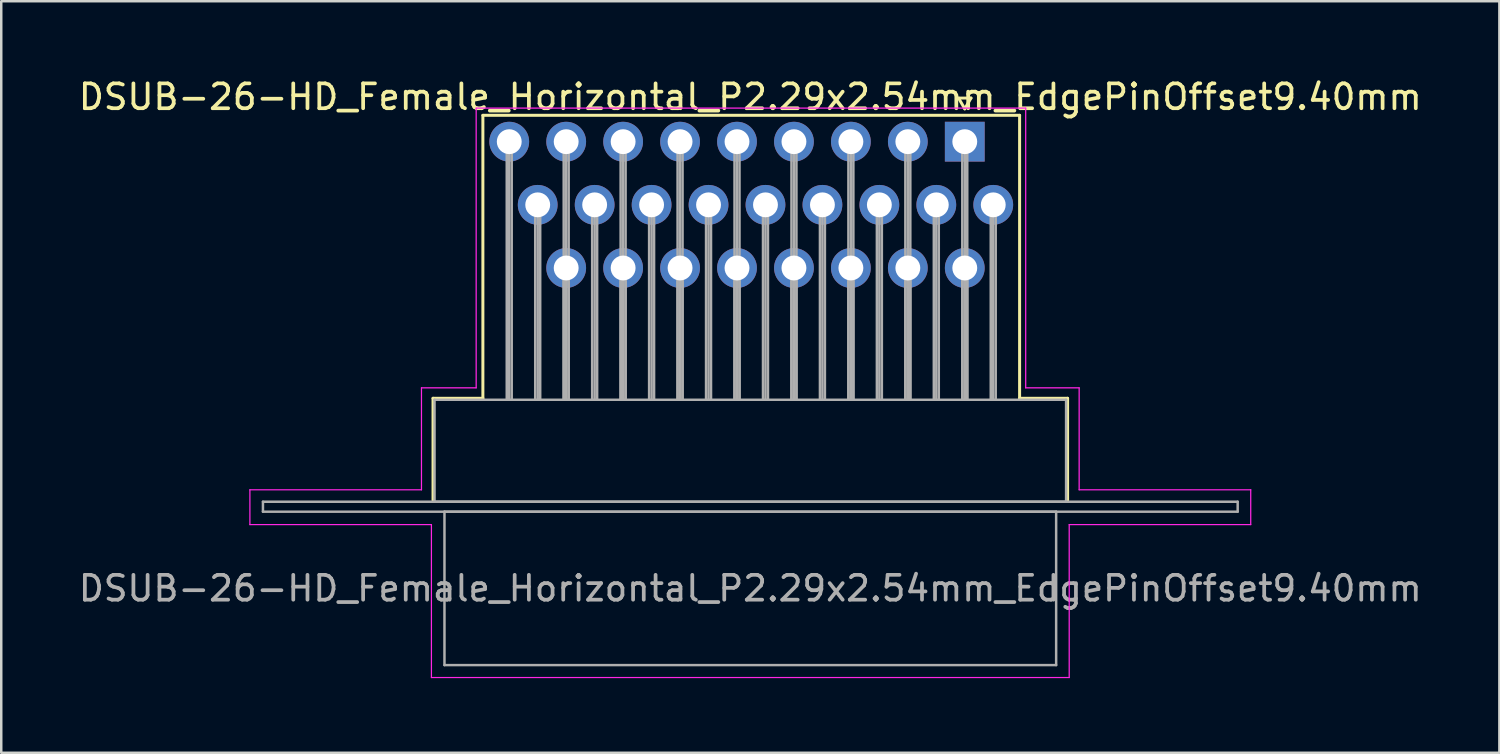
<source format=kicad_pcb>
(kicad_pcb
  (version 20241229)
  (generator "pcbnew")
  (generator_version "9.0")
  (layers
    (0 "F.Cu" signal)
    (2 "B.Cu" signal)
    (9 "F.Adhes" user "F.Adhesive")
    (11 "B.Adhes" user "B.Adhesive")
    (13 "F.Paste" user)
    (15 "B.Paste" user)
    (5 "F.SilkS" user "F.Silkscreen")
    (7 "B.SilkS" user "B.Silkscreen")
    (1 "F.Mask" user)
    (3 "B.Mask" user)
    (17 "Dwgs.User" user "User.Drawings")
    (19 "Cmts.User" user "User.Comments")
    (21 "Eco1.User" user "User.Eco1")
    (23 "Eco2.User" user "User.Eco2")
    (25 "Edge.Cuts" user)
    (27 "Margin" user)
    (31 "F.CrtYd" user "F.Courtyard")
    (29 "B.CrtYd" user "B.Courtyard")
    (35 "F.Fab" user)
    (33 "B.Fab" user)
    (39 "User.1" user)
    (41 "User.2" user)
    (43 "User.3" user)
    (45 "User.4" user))
  (footprint "DSUB-26-HD_Female_Horizontal_P2.29x2.54mm_EdgePinOffset9.40mm"
    (layer "F.Cu")
    (at 35.75 2.648)
    (property "Reference" "DSUB-26-HD_Female_Horizontal_P2.29x2.54mm_EdgePinOffset9.40mm" (at -8.625 -1.8 0) (layer "F.SilkS") (effects (font (size 1 1) (thickness 0.15))))
    (attr through_hole)
    (fp_line (start -21.385 10.32) (end -19.38 10.32) (stroke (width 0.12) (type solid)) (layer "F.SilkS"))
    (fp_line (start -21.385 14.42) (end -21.385 10.32) (stroke (width 0.12) (type solid)) (layer "F.SilkS"))
    (fp_line (start -19.38 -1.06) (end 2.205 -1.06) (stroke (width 0.12) (type solid)) (layer "F.SilkS"))
    (fp_line (start -19.38 10.32) (end -19.38 -1.06) (stroke (width 0.12) (type solid)) (layer "F.SilkS"))
    (fp_line (start -0.25 -1.754) (end 0.25 -1.754) (stroke (width 0.12) (type solid)) (layer "F.SilkS"))
    (fp_line (start 0 -1.321) (end -0.25 -1.754) (stroke (width 0.12) (type solid)) (layer "F.SilkS"))
    (fp_line (start 0.25 -1.754) (end 0 -1.321) (stroke (width 0.12) (type solid)) (layer "F.SilkS"))
    (fp_line (start 2.205 -1.06) (end 2.205 10.32) (stroke (width 0.12) (type solid)) (layer "F.SilkS"))
    (fp_line (start 2.205 10.32) (end 4.135 10.32) (stroke (width 0.12) (type solid)) (layer "F.SilkS"))
    (fp_line (start 4.135 10.32) (end 4.135 14.42) (stroke (width 0.12) (type solid)) (layer "F.SilkS"))
    (fp_line (start -28.75 14) (end -21.85 14) (stroke (width 0.05) (type solid)) (layer "F.CrtYd"))
    (fp_line (start -28.75 15.4) (end -28.75 14) (stroke (width 0.05) (type solid)) (layer "F.CrtYd"))
    (fp_line (start -21.85 9.9) (end -19.65 9.9) (stroke (width 0.05) (type solid)) (layer "F.CrtYd"))
    (fp_line (start -21.85 14) (end -21.85 9.9) (stroke (width 0.05) (type solid)) (layer "F.CrtYd"))
    (fp_line (start -21.45 15.4) (end -28.75 15.4) (stroke (width 0.05) (type solid)) (layer "F.CrtYd"))
    (fp_line (start -21.45 21.55) (end -21.45 15.4) (stroke (width 0.05) (type solid)) (layer "F.CrtYd"))
    (fp_line (start -19.65 -1.35) (end 2.45 -1.35) (stroke (width 0.05) (type solid)) (layer "F.CrtYd"))
    (fp_line (start -19.65 9.9) (end -19.65 -1.35) (stroke (width 0.05) (type solid)) (layer "F.CrtYd"))
    (fp_line (start 2.45 -1.35) (end 2.45 9.9) (stroke (width 0.05) (type solid)) (layer "F.CrtYd"))
    (fp_line (start 2.45 9.9) (end 4.6 9.9) (stroke (width 0.05) (type solid)) (layer "F.CrtYd"))
    (fp_line (start 4.2 15.4) (end 4.2 21.55) (stroke (width 0.05) (type solid)) (layer "F.CrtYd"))
    (fp_line (start 4.2 21.55) (end -21.45 21.55) (stroke (width 0.05) (type solid)) (layer "F.CrtYd"))
    (fp_line (start 4.6 9.9) (end 4.6 14) (stroke (width 0.05) (type solid)) (layer "F.CrtYd"))
    (fp_line (start 4.6 14) (end 11.5 14) (stroke (width 0.05) (type solid)) (layer "F.CrtYd"))
    (fp_line (start 11.5 14) (end 11.5 15.4) (stroke (width 0.05) (type solid)) (layer "F.CrtYd"))
    (fp_line (start 11.5 15.4) (end 4.2 15.4) (stroke (width 0.05) (type solid)) (layer "F.CrtYd"))
    (fp_line (start -28.225 14.48) (end -28.225 14.88) (stroke (width 0.1) (type solid)) (layer "F.Fab"))
    (fp_line (start -28.225 14.88) (end 10.975 14.88) (stroke (width 0.1) (type solid)) (layer "F.Fab"))
    (fp_line (start -21.325 10.38) (end -21.325 14.48) (stroke (width 0.1) (type solid)) (layer "F.Fab"))
    (fp_line (start -21.325 14.48) (end 4.075 14.48) (stroke (width 0.1) (type solid)) (layer "F.Fab"))
    (fp_line (start -20.925 14.88) (end -20.925 21.05) (stroke (width 0.1) (type solid)) (layer "F.Fab"))
    (fp_line (start -20.925 21.05) (end 3.675 21.05) (stroke (width 0.1) (type solid)) (layer "F.Fab"))
    (fp_line (start -18.42 0) (end -18.42 10.38) (stroke (width 0.1) (type solid)) (layer "F.Fab"))
    (fp_line (start -18.32 0) (end -18.32 10.38) (stroke (width 0.1) (type solid)) (layer "F.Fab"))
    (fp_line (start -18.22 0) (end -18.22 10.38) (stroke (width 0.1) (type solid)) (layer "F.Fab"))
    (fp_line (start -17.275 2.54) (end -17.275 10.38) (stroke (width 0.1) (type solid)) (layer "F.Fab"))
    (fp_line (start -17.175 2.54) (end -17.175 10.38) (stroke (width 0.1) (type solid)) (layer "F.Fab"))
    (fp_line (start -17.075 2.54) (end -17.075 10.38) (stroke (width 0.1) (type solid)) (layer "F.Fab"))
    (fp_line (start -16.13 0) (end -16.13 10.38) (stroke (width 0.1) (type solid)) (layer "F.Fab"))
    (fp_line (start -16.13 5.08) (end -16.13 10.38) (stroke (width 0.1) (type solid)) (layer "F.Fab"))
    (fp_line (start -16.03 0) (end -16.03 10.38) (stroke (width 0.1) (type solid)) (layer "F.Fab"))
    (fp_line (start -16.03 5.08) (end -16.03 10.38) (stroke (width 0.1) (type solid)) (layer "F.Fab"))
    (fp_line (start -15.93 0) (end -15.93 10.38) (stroke (width 0.1) (type solid)) (layer "F.Fab"))
    (fp_line (start -15.93 5.08) (end -15.93 10.38) (stroke (width 0.1) (type solid)) (layer "F.Fab"))
    (fp_line (start -14.985 2.54) (end -14.985 10.38) (stroke (width 0.1) (type solid)) (layer "F.Fab"))
    (fp_line (start -14.885 2.54) (end -14.885 10.38) (stroke (width 0.1) (type solid)) (layer "F.Fab"))
    (fp_line (start -14.785 2.54) (end -14.785 10.38) (stroke (width 0.1) (type solid)) (layer "F.Fab"))
    (fp_line (start -13.84 0) (end -13.84 10.38) (stroke (width 0.1) (type solid)) (layer "F.Fab"))
    (fp_line (start -13.84 5.08) (end -13.84 10.38) (stroke (width 0.1) (type solid)) (layer "F.Fab"))
    (fp_line (start -13.74 0) (end -13.74 10.38) (stroke (width 0.1) (type solid)) (layer "F.Fab"))
    (fp_line (start -13.74 5.08) (end -13.74 10.38) (stroke (width 0.1) (type solid)) (layer "F.Fab"))
    (fp_line (start -13.64 0) (end -13.64 10.38) (stroke (width 0.1) (type solid)) (layer "F.Fab"))
    (fp_line (start -13.64 5.08) (end -13.64 10.38) (stroke (width 0.1) (type solid)) (layer "F.Fab"))
    (fp_line (start -12.695 2.54) (end -12.695 10.38) (stroke (width 0.1) (type solid)) (layer "F.Fab"))
    (fp_line (start -12.595 2.54) (end -12.595 10.38) (stroke (width 0.1) (type solid)) (layer "F.Fab"))
    (fp_line (start -12.495 2.54) (end -12.495 10.38) (stroke (width 0.1) (type solid)) (layer "F.Fab"))
    (fp_line (start -11.55 0) (end -11.55 10.38) (stroke (width 0.1) (type solid)) (layer "F.Fab"))
    (fp_line (start -11.55 5.08) (end -11.55 10.38) (stroke (width 0.1) (type solid)) (layer "F.Fab"))
    (fp_line (start -11.45 0) (end -11.45 10.38) (stroke (width 0.1) (type solid)) (layer "F.Fab"))
    (fp_line (start -11.45 5.08) (end -11.45 10.38) (stroke (width 0.1) (type solid)) (layer "F.Fab"))
    (fp_line (start -11.35 0) (end -11.35 10.38) (stroke (width 0.1) (type solid)) (layer "F.Fab"))
    (fp_line (start -11.35 5.08) (end -11.35 10.38) (stroke (width 0.1) (type solid)) (layer "F.Fab"))
    (fp_line (start -10.405 2.54) (end -10.405 10.38) (stroke (width 0.1) (type solid)) (layer "F.Fab"))
    (fp_line (start -10.305 2.54) (end -10.305 10.38) (stroke (width 0.1) (type solid)) (layer "F.Fab"))
    (fp_line (start -10.205 2.54) (end -10.205 10.38) (stroke (width 0.1) (type solid)) (layer "F.Fab"))
    (fp_line (start -9.26 0) (end -9.26 10.38) (stroke (width 0.1) (type solid)) (layer "F.Fab"))
    (fp_line (start -9.26 5.08) (end -9.26 10.38) (stroke (width 0.1) (type solid)) (layer "F.Fab"))
    (fp_line (start -9.16 0) (end -9.16 10.38) (stroke (width 0.1) (type solid)) (layer "F.Fab"))
    (fp_line (start -9.16 5.08) (end -9.16 10.38) (stroke (width 0.1) (type solid)) (layer "F.Fab"))
    (fp_line (start -9.06 0) (end -9.06 10.38) (stroke (width 0.1) (type solid)) (layer "F.Fab"))
    (fp_line (start -9.06 5.08) (end -9.06 10.38) (stroke (width 0.1) (type solid)) (layer "F.Fab"))
    (fp_line (start -8.115 2.54) (end -8.115 10.38) (stroke (width 0.1) (type solid)) (layer "F.Fab"))
    (fp_line (start -8.015 2.54) (end -8.015 10.38) (stroke (width 0.1) (type solid)) (layer "F.Fab"))
    (fp_line (start -7.915 2.54) (end -7.915 10.38) (stroke (width 0.1) (type solid)) (layer "F.Fab"))
    (fp_line (start -6.97 0) (end -6.97 10.38) (stroke (width 0.1) (type solid)) (layer "F.Fab"))
    (fp_line (start -6.97 5.08) (end -6.97 10.38) (stroke (width 0.1) (type solid)) (layer "F.Fab"))
    (fp_line (start -6.87 0) (end -6.87 10.38) (stroke (width 0.1) (type solid)) (layer "F.Fab"))
    (fp_line (start -6.87 5.08) (end -6.87 10.38) (stroke (width 0.1) (type solid)) (layer "F.Fab"))
    (fp_line (start -6.77 0) (end -6.77 10.38) (stroke (width 0.1) (type solid)) (layer "F.Fab"))
    (fp_line (start -6.77 5.08) (end -6.77 10.38) (stroke (width 0.1) (type solid)) (layer "F.Fab"))
    (fp_line (start -5.825 2.54) (end -5.825 10.38) (stroke (width 0.1) (type solid)) (layer "F.Fab"))
    (fp_line (start -5.725 2.54) (end -5.725 10.38) (stroke (width 0.1) (type solid)) (layer "F.Fab"))
    (fp_line (start -5.625 2.54) (end -5.625 10.38) (stroke (width 0.1) (type solid)) (layer "F.Fab"))
    (fp_line (start -4.68 0) (end -4.68 10.38) (stroke (width 0.1) (type solid)) (layer "F.Fab"))
    (fp_line (start -4.68 5.08) (end -4.68 10.38) (stroke (width 0.1) (type solid)) (layer "F.Fab"))
    (fp_line (start -4.58 0) (end -4.58 10.38) (stroke (width 0.1) (type solid)) (layer "F.Fab"))
    (fp_line (start -4.58 5.08) (end -4.58 10.38) (stroke (width 0.1) (type solid)) (layer "F.Fab"))
    (fp_line (start -4.48 0) (end -4.48 10.38) (stroke (width 0.1) (type solid)) (layer "F.Fab"))
    (fp_line (start -4.48 5.08) (end -4.48 10.38) (stroke (width 0.1) (type solid)) (layer "F.Fab"))
    (fp_line (start -3.535 2.54) (end -3.535 10.38) (stroke (width 0.1) (type solid)) (layer "F.Fab"))
    (fp_line (start -3.435 2.54) (end -3.435 10.38) (stroke (width 0.1) (type solid)) (layer "F.Fab"))
    (fp_line (start -3.335 2.54) (end -3.335 10.38) (stroke (width 0.1) (type solid)) (layer "F.Fab"))
    (fp_line (start -2.39 0) (end -2.39 10.38) (stroke (width 0.1) (type solid)) (layer "F.Fab"))
    (fp_line (start -2.39 5.08) (end -2.39 10.38) (stroke (width 0.1) (type solid)) (layer "F.Fab"))
    (fp_line (start -2.29 0) (end -2.29 10.38) (stroke (width 0.1) (type solid)) (layer "F.Fab"))
    (fp_line (start -2.29 5.08) (end -2.29 10.38) (stroke (width 0.1) (type solid)) (layer "F.Fab"))
    (fp_line (start -2.19 0) (end -2.19 10.38) (stroke (width 0.1) (type solid)) (layer "F.Fab"))
    (fp_line (start -2.19 5.08) (end -2.19 10.38) (stroke (width 0.1) (type solid)) (layer "F.Fab"))
    (fp_line (start -1.245 2.54) (end -1.245 10.38) (stroke (width 0.1) (type solid)) (layer "F.Fab"))
    (fp_line (start -1.145 2.54) (end -1.145 10.38) (stroke (width 0.1) (type solid)) (layer "F.Fab"))
    (fp_line (start -1.045 2.54) (end -1.045 10.38) (stroke (width 0.1) (type solid)) (layer "F.Fab"))
    (fp_line (start -0.1 0) (end -0.1 10.38) (stroke (width 0.1) (type solid)) (layer "F.Fab"))
    (fp_line (start -0.1 5.08) (end -0.1 10.38) (stroke (width 0.1) (type solid)) (layer "F.Fab"))
    (fp_line (start 0 0) (end 0 10.38) (stroke (width 0.1) (type solid)) (layer "F.Fab"))
    (fp_line (start 0 5.08) (end 0 10.38) (stroke (width 0.1) (type solid)) (layer "F.Fab"))
    (fp_line (start 0.1 0) (end 0.1 10.38) (stroke (width 0.1) (type solid)) (layer "F.Fab"))
    (fp_line (start 0.1 5.08) (end 0.1 10.38) (stroke (width 0.1) (type solid)) (layer "F.Fab"))
    (fp_line (start 1.045 2.54) (end 1.045 10.38) (stroke (width 0.1) (type solid)) (layer "F.Fab"))
    (fp_line (start 1.145 2.54) (end 1.145 10.38) (stroke (width 0.1) (type solid)) (layer "F.Fab"))
    (fp_line (start 1.245 2.54) (end 1.245 10.38) (stroke (width 0.1) (type solid)) (layer "F.Fab"))
    (fp_line (start 3.675 14.88) (end -20.925 14.88) (stroke (width 0.1) (type solid)) (layer "F.Fab"))
    (fp_line (start 3.675 21.05) (end 3.675 14.88) (stroke (width 0.1) (type solid)) (layer "F.Fab"))
    (fp_line (start 4.075 10.38) (end -21.325 10.38) (stroke (width 0.1) (type solid)) (layer "F.Fab"))
    (fp_line (start 4.075 14.48) (end 4.075 10.38) (stroke (width 0.1) (type solid)) (layer "F.Fab"))
    (fp_line (start 10.975 14.48) (end -28.225 14.48) (stroke (width 0.1) (type solid)) (layer "F.Fab"))
    (fp_line (start 10.975 14.88) (end 10.975 14.48) (stroke (width 0.1) (type solid)) (layer "F.Fab"))
    (fp_text user "${REFERENCE}" (at -8.625 17.965 0) (layer "F.Fab") (effects (font (size 1 1) (thickness 0.15))))
    (pad "1" thru_hole rect (at 0 0) (size 1.6 1.6) (drill 1) (layers "*.Cu" "*.Mask"))
    (pad "2" thru_hole circle (at -2.29 0) (size 1.6 1.6) (drill 1) (layers "*.Cu" "*.Mask"))
    (pad "3" thru_hole circle (at -4.58 0) (size 1.6 1.6) (drill 1) (layers "*.Cu" "*.Mask"))
    (pad "4" thru_hole circle (at -6.87 0) (size 1.6 1.6) (drill 1) (layers "*.Cu" "*.Mask"))
    (pad "5" thru_hole circle (at -9.16 0) (size 1.6 1.6) (drill 1) (layers "*.Cu" "*.Mask"))
    (pad "6" thru_hole circle (at -11.45 0) (size 1.6 1.6) (drill 1) (layers "*.Cu" "*.Mask"))
    (pad "7" thru_hole circle (at -13.74 0) (size 1.6 1.6) (drill 1) (layers "*.Cu" "*.Mask"))
    (pad "8" thru_hole circle (at -16.03 0) (size 1.6 1.6) (drill 1) (layers "*.Cu" "*.Mask"))
    (pad "9" thru_hole circle (at -18.32 0) (size 1.6 1.6) (drill 1) (layers "*.Cu" "*.Mask"))
    (pad "10" thru_hole circle (at 1.145 2.54) (size 1.6 1.6) (drill 1) (layers "*.Cu" "*.Mask"))
    (pad "11" thru_hole circle (at -1.145 2.54) (size 1.6 1.6) (drill 1) (layers "*.Cu" "*.Mask"))
    (pad "12" thru_hole circle (at -3.435 2.54) (size 1.6 1.6) (drill 1) (layers "*.Cu" "*.Mask"))
    (pad "13" thru_hole circle (at -5.725 2.54) (size 1.6 1.6) (drill 1) (layers "*.Cu" "*.Mask"))
    (pad "14" thru_hole circle (at -8.015 2.54) (size 1.6 1.6) (drill 1) (layers "*.Cu" "*.Mask"))
    (pad "15" thru_hole circle (at -10.305 2.54) (size 1.6 1.6) (drill 1) (layers "*.Cu" "*.Mask"))
    (pad "16" thru_hole circle (at -12.595 2.54) (size 1.6 1.6) (drill 1) (layers "*.Cu" "*.Mask"))
    (pad "17" thru_hole circle (at -14.885 2.54) (size 1.6 1.6) (drill 1) (layers "*.Cu" "*.Mask"))
    (pad "18" thru_hole circle (at -17.175 2.54) (size 1.6 1.6) (drill 1) (layers "*.Cu" "*.Mask"))
    (pad "19" thru_hole circle (at 0 5.08) (size 1.6 1.6) (drill 1) (layers "*.Cu" "*.Mask"))
    (pad "20" thru_hole circle (at -2.29 5.08) (size 1.6 1.6) (drill 1) (layers "*.Cu" "*.Mask"))
    (pad "21" thru_hole circle (at -4.58 5.08) (size 1.6 1.6) (drill 1) (layers "*.Cu" "*.Mask"))
    (pad "22" thru_hole circle (at -6.87 5.08) (size 1.6 1.6) (drill 1) (layers "*.Cu" "*.Mask"))
    (pad "23" thru_hole circle (at -9.16 5.08) (size 1.6 1.6) (drill 1) (layers "*.Cu" "*.Mask"))
    (pad "24" thru_hole circle (at -11.45 5.08) (size 1.6 1.6) (drill 1) (layers "*.Cu" "*.Mask"))
    (pad "25" thru_hole circle (at -13.74 5.08) (size 1.6 1.6) (drill 1) (layers "*.Cu" "*.Mask"))
    (pad "26" thru_hole circle (at -16.03 5.08) (size 1.6 1.6) (drill 1) (layers "*.Cu" "*.Mask")))
  (gr_rect
    (start -3 -3)
    (end 57.25 27.223)
    (stroke (width 0.1) (type default))
    (fill no)
    (layer "Edge.Cuts")))
</source>
